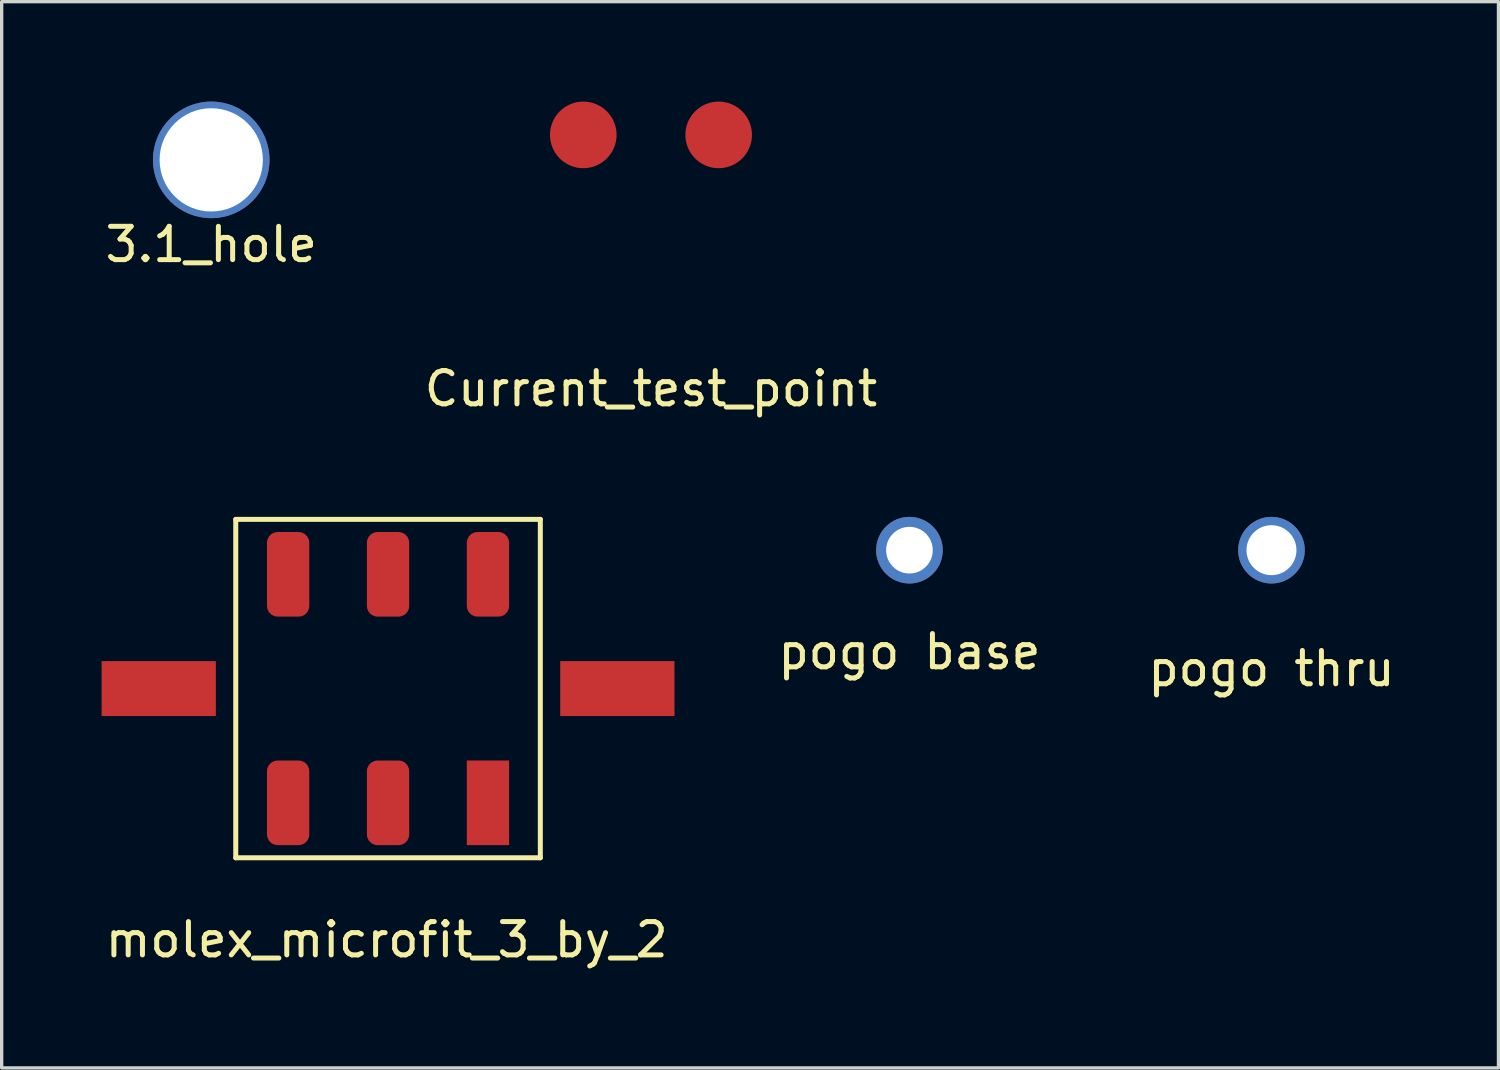
<source format=kicad_pcb>
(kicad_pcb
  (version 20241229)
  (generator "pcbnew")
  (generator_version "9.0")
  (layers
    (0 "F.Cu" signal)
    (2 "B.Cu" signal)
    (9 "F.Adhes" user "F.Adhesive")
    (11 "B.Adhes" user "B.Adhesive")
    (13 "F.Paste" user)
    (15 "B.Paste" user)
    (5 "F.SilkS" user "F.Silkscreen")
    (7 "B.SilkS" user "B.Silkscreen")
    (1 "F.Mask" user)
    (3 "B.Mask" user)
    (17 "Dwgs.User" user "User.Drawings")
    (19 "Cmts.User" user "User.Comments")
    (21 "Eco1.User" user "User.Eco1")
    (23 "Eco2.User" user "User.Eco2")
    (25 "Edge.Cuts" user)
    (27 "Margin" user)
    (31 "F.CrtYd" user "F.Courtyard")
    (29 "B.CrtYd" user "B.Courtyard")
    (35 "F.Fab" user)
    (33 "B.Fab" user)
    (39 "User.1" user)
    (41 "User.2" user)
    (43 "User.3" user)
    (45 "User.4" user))
  (footprint "Current_test_point"
    (layer "F.Cu")
    (at 16.494 1)
    (property "Reference" "Current_test_point" (at 0 7.62 0) (layer "F.SilkS") (effects (font (size 1 1) (thickness 0.15))))
    (attr through_hole)
    (pad "1" smd circle (at -2.032 0) (size 2 2) (layers "F.Cu" "F.Mask" "F.Paste"))
    (pad "2" smd circle (at 2.032 0) (size 2 2) (layers "F.Cu" "F.Mask" "F.Paste")))
  (footprint "pogo thru"
    (layer "F.Cu")
    (at 35.123 13.468)
    (property "Reference" "pogo thru" (at 0 3.556 0) (layer "F.SilkS") (effects (font (size 1 1) (thickness 0.15))))
    (attr through_hole)
    (pad "1" thru_hole circle (at 0 0) (size 2 2) (drill 1.5) (layers "*.Cu" "*.Mask")))
  (footprint "pogo base"
    (layer "F.Cu")
    (at 24.254 13.468)
    (property "Reference" "pogo base" (at 0 3.048 0) (layer "F.SilkS") (effects (font (size 1 1) (thickness 0.15))))
    (attr through_hole)
    (pad "1" thru_hole circle (at 0 0) (size 2 2) (drill 1.4) (layers "*.Cu" "*.Mask")))
  (footprint "3.1_hole"
    (layer "F.Cu")
    (at 3.292 1.75)
    (property "Reference" "3.1_hole" (at 0 2.54 0) (layer "F.SilkS") (effects (font (size 1 1) (thickness 0.15))))
    (attr through_hole)
    (pad "1" thru_hole circle (at 0 0) (size 3.5 3.5) (drill 3.1) (layers "*.Cu" "*.Mask")))
  (footprint "molex_microfit_3_by_2"
    (layer "F.Cu")
    (at 8.6 17.623)
    (property "Reference" "molex_microfit_3_by_2" (at -0.04 7.54 0) (layer "F.SilkS") (effects (font (size 1 1) (thickness 0.15))))
    (attr through_hole)
    (fp_line (start -4.572 -5.08) (end 4.572 -5.08) (stroke (width 0.15) (type solid)) (layer "F.SilkS"))
    (fp_line (start -4.572 5.08) (end -4.572 -5.08) (stroke (width 0.15) (type solid)) (layer "F.SilkS"))
    (fp_line (start 4.572 -5.08) (end 4.572 5.08) (stroke (width 0.15) (type solid)) (layer "F.SilkS"))
    (fp_line (start 4.572 5.08) (end -4.572 5.08) (stroke (width 0.15) (type solid)) (layer "F.SilkS"))
    (pad "" smd rect (at -6.885 0) (size 3.43 1.65) (layers "F.Cu" "F.Mask" "F.Paste"))
    (pad "" smd rect (at 6.885 0) (size 3.43 1.65) (layers "F.Cu" "F.Mask" "F.Paste"))
    (pad "1" smd rect (at 3 3.43) (size 1.27 2.54) (layers "F.Cu" "F.Mask" "F.Paste"))
    (pad "2" smd roundrect (at 0 3.43) (size 1.27 2.54) (layers "F.Cu" "F.Mask" "F.Paste") (roundrect_rratio 0.25))
    (pad "3" smd roundrect (at -3 3.43) (size 1.27 2.54) (layers "F.Cu" "F.Mask" "F.Paste") (roundrect_rratio 0.25))
    (pad "4" smd roundrect (at 3 -3.43) (size 1.27 2.54) (layers "F.Cu" "F.Mask" "F.Paste") (roundrect_rratio 0.25))
    (pad "5" smd roundrect (at 0 -3.43) (size 1.27 2.54) (layers "F.Cu" "F.Mask" "F.Paste") (roundrect_rratio 0.25))
    (pad "6" smd roundrect (at -3 -3.43) (size 1.27 2.54) (layers "F.Cu" "F.Mask" "F.Paste") (roundrect_rratio 0.25)))
  (gr_rect
    (start -3 -3)
    (end 41.938 29.012)
    (stroke (width 0.1) (type default))
    (fill no)
    (layer "Edge.Cuts")))
</source>
